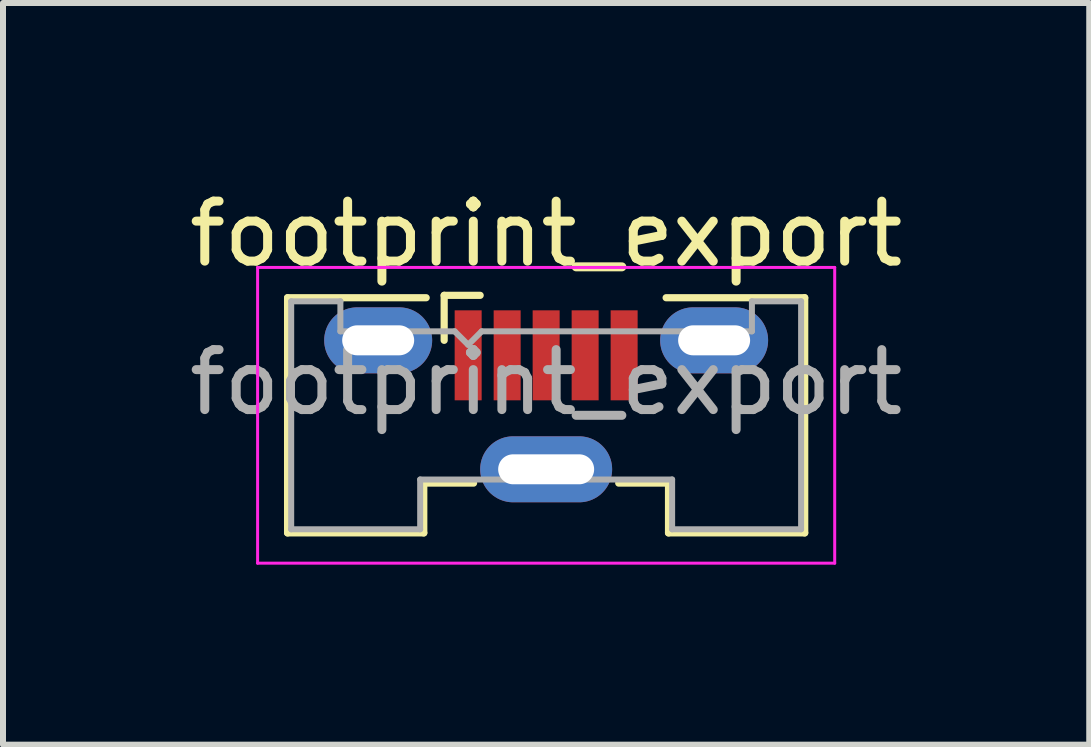
<source format=kicad_pcb>
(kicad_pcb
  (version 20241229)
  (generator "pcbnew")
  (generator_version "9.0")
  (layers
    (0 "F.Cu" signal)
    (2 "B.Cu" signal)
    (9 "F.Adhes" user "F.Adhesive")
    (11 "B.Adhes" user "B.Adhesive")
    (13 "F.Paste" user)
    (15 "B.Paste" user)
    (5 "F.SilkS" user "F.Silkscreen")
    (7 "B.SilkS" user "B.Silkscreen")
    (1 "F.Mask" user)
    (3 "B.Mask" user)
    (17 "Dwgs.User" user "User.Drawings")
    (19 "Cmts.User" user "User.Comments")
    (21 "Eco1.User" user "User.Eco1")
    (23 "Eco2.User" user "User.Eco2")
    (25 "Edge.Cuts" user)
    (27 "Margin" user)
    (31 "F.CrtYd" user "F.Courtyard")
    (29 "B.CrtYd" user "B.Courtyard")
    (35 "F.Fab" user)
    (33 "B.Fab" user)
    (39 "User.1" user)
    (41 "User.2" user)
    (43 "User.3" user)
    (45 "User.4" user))
  (footprint "footprint_export"
    (layer "F.Cu")
    (at 6.054 3.698)
    (property "Reference" "footprint_export" (at 0 -2.85 0) (layer "F.SilkS") (effects (font (size 1 1) (thickness 0.15))))
    (attr smd)
    (fp_line (start -4.31 -1.785) (end -4.31 2.135) (stroke (width 0.12) (type solid)) (layer "F.SilkS"))
    (fp_line (start -4.31 2.135) (end -2.04 2.135) (stroke (width 0.12) (type solid)) (layer "F.SilkS"))
    (fp_line (start -2.04 1.305) (end -2.04 2.135) (stroke (width 0.12) (type solid)) (layer "F.SilkS"))
    (fp_line (start -2.04 1.305) (end -1.21 1.305) (stroke (width 0.12) (type solid)) (layer "F.SilkS"))
    (fp_line (start -2 -1.785) (end -4.31 -1.785) (stroke (width 0.12) (type solid)) (layer "F.SilkS"))
    (fp_line (start -1.7 -1.825) (end -1.1 -1.825) (stroke (width 0.12) (type solid)) (layer "F.SilkS"))
    (fp_line (start -1.7 -1.075) (end -1.7 -1.825) (stroke (width 0.12) (type solid)) (layer "F.SilkS"))
    (fp_line (start 2 -1.785) (end 4.31 -1.785) (stroke (width 0.12) (type solid)) (layer "F.SilkS"))
    (fp_line (start 2.04 1.305) (end 1.21 1.305) (stroke (width 0.12) (type solid)) (layer "F.SilkS"))
    (fp_line (start 2.04 1.305) (end 2.04 2.135) (stroke (width 0.12) (type solid)) (layer "F.SilkS"))
    (fp_line (start 4.31 -1.785) (end 4.31 2.135) (stroke (width 0.12) (type solid)) (layer "F.SilkS"))
    (fp_line (start 4.31 2.135) (end 2.04 2.135) (stroke (width 0.12) (type solid)) (layer "F.SilkS"))
    (fp_line (start -4.81 -2.29) (end 4.81 -2.29) (stroke (width 0.05) (type solid)) (layer "F.CrtYd"))
    (fp_line (start -4.81 2.64) (end -4.81 -2.29) (stroke (width 0.05) (type solid)) (layer "F.CrtYd"))
    (fp_line (start -4.81 2.64) (end 4.81 2.64) (stroke (width 0.05) (type solid)) (layer "F.CrtYd"))
    (fp_line (start 4.81 2.64) (end 4.81 -2.29) (stroke (width 0.05) (type solid)) (layer "F.CrtYd"))
    (fp_line (start -4.25 -1.725) (end -4.25 2.075) (stroke (width 0.1) (type solid)) (layer "F.Fab"))
    (fp_line (start -4.25 2.075) (end -2.1 2.075) (stroke (width 0.1) (type solid)) (layer "F.Fab"))
    (fp_line (start -3.43 -1.725) (end -4.25 -1.725) (stroke (width 0.1) (type solid)) (layer "F.Fab"))
    (fp_line (start -3.43 -1.225) (end -3.43 -1.725) (stroke (width 0.1) (type solid)) (layer "F.Fab"))
    (fp_line (start -2.1 1.245) (end 2.1 1.245) (stroke (width 0.1) (type solid)) (layer "F.Fab"))
    (fp_line (start -2.1 2.075) (end -2.1 1.245) (stroke (width 0.1) (type solid)) (layer "F.Fab"))
    (fp_line (start -1.525 -1.225) (end -3.43 -1.225) (stroke (width 0.1) (type solid)) (layer "F.Fab"))
    (fp_line (start -1.525 -1.225) (end -1.3 -1) (stroke (width 0.1) (type solid)) (layer "F.Fab"))
    (fp_line (start -1.3 -1) (end -1.075 -1.225) (stroke (width 0.1) (type solid)) (layer "F.Fab"))
    (fp_line (start 2.1 1.245) (end 2.1 2.075) (stroke (width 0.1) (type solid)) (layer "F.Fab"))
    (fp_line (start 2.1 2.075) (end 4.25 2.075) (stroke (width 0.1) (type solid)) (layer "F.Fab"))
    (fp_line (start 3.43 -1.725) (end 3.43 -1.225) (stroke (width 0.1) (type solid)) (layer "F.Fab"))
    (fp_line (start 3.43 -1.225) (end -1.075 -1.225) (stroke (width 0.1) (type solid)) (layer "F.Fab"))
    (fp_line (start 4.25 -1.725) (end 3.43 -1.725) (stroke (width 0.1) (type solid)) (layer "F.Fab"))
    (fp_line (start 4.25 2.075) (end 4.25 -1.725) (stroke (width 0.1) (type solid)) (layer "F.Fab"))
    (fp_text user "${REFERENCE}" (at 0 -0.375 0) (layer "F.Fab") (effects (font (size 1 1) (thickness 0.15))))
    (pad "1" smd rect (at -1.3 -0.825) (size 0.45 1.5) (layers "F.Cu" "F.Mask" "F.Paste"))
    (pad "2" smd rect (at -0.65 -0.825) (size 0.45 1.5) (layers "F.Cu" "F.Mask" "F.Paste"))
    (pad "3" smd rect (at 0 -0.825) (size 0.45 1.5) (layers "F.Cu" "F.Mask" "F.Paste"))
    (pad "4" smd rect (at 0.65 -0.825) (size 0.45 1.5) (layers "F.Cu" "F.Mask" "F.Paste"))
    (pad "5" smd rect (at 1.3 -0.825) (size 0.45 1.5) (layers "F.Cu" "F.Mask" "F.Paste"))
    (pad "6" thru_hole oval (at -2.8 -1.075) (size 1.8 1.1) (drill oval 1.2 0.5) (layers "*.Cu" "*.Mask"))
    (pad "6" thru_hole oval (at 0 1.075) (size 2.2 1.1) (drill oval 1.6 0.5) (layers "*.Cu" "*.Mask"))
    (pad "6" thru_hole oval (at 2.8 -1.075) (size 1.8 1.1) (drill oval 1.2 0.5) (layers "*.Cu" "*.Mask")))
  (gr_rect
    (start -3 -3)
    (end 15.107 9.363)
    (stroke (width 0.1) (type default))
    (fill no)
    (layer "Edge.Cuts")))
</source>
